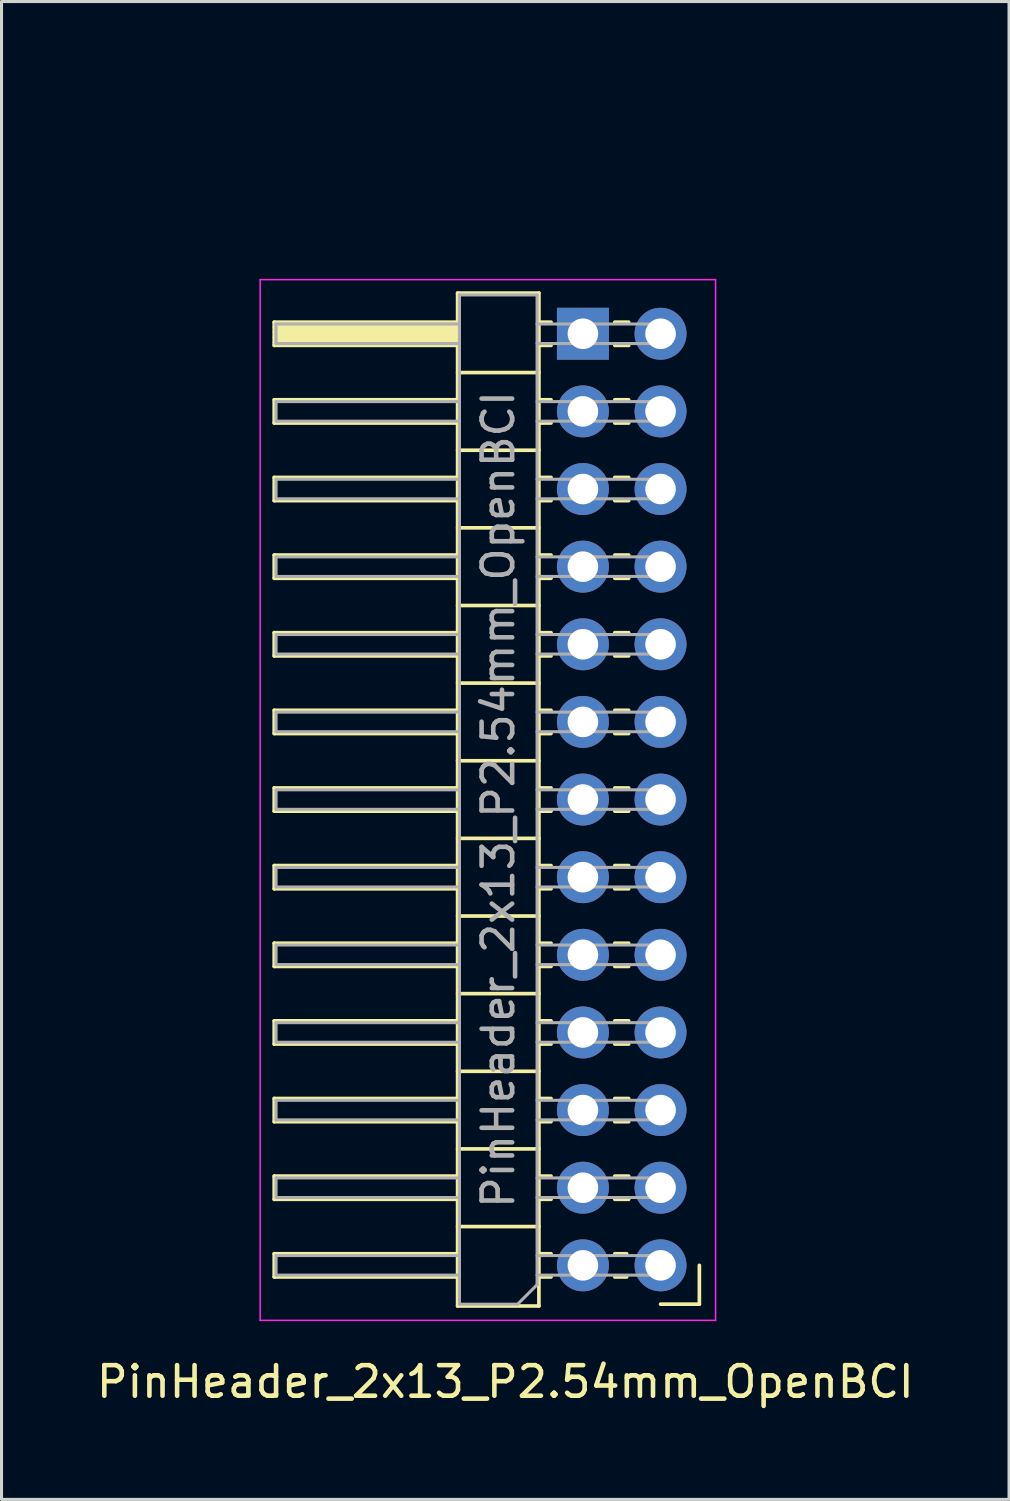
<source format=kicad_pcb>
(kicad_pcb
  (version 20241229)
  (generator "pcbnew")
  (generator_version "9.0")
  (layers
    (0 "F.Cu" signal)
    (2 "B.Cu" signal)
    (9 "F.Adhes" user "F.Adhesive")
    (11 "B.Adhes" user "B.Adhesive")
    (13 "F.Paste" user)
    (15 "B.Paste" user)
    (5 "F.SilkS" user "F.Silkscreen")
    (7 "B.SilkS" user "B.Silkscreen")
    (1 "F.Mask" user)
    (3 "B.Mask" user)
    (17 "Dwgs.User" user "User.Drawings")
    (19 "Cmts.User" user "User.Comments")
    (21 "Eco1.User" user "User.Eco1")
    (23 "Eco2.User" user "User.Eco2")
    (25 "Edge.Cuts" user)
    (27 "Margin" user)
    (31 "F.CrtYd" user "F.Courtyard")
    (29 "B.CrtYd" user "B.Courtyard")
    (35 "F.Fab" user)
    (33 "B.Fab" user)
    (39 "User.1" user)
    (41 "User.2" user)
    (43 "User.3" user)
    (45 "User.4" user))
  (footprint "PinHeader_2x13_P2.54mm_OpenBCI"
    (layer "F.Cu")
    (at 3.322 0.25)
    (property "Reference" "PinHeader_2x13_P2.54mm_OpenBCI" (at 10.16 41.91 0) (layer "F.SilkS") (effects (font (size 1 1) (thickness 0.15))))
    (attr through_hole)
    (fp_line (start 2.6 7.24) (end 8.6 7.24) (stroke (width 0.12) (type solid)) (layer "F.SilkS"))
    (fp_line (start 2.6 8) (end 2.6 7.24) (stroke (width 0.12) (type solid)) (layer "F.SilkS"))
    (fp_line (start 2.6 9.78) (end 8.6 9.78) (stroke (width 0.12) (type solid)) (layer "F.SilkS"))
    (fp_line (start 2.6 10.54) (end 2.6 9.78) (stroke (width 0.12) (type solid)) (layer "F.SilkS"))
    (fp_line (start 2.6 12.32) (end 8.6 12.32) (stroke (width 0.12) (type solid)) (layer "F.SilkS"))
    (fp_line (start 2.6 13.08) (end 2.6 12.32) (stroke (width 0.12) (type solid)) (layer "F.SilkS"))
    (fp_line (start 2.6 14.86) (end 8.6 14.86) (stroke (width 0.12) (type solid)) (layer "F.SilkS"))
    (fp_line (start 2.6 15.62) (end 2.6 14.86) (stroke (width 0.12) (type solid)) (layer "F.SilkS"))
    (fp_line (start 2.6 17.4) (end 8.6 17.4) (stroke (width 0.12) (type solid)) (layer "F.SilkS"))
    (fp_line (start 2.6 18.16) (end 2.6 17.4) (stroke (width 0.12) (type solid)) (layer "F.SilkS"))
    (fp_line (start 2.6 19.94) (end 8.6 19.94) (stroke (width 0.12) (type solid)) (layer "F.SilkS"))
    (fp_line (start 2.6 20.7) (end 2.6 19.94) (stroke (width 0.12) (type solid)) (layer "F.SilkS"))
    (fp_line (start 2.6 22.48) (end 8.6 22.48) (stroke (width 0.12) (type solid)) (layer "F.SilkS"))
    (fp_line (start 2.6 23.24) (end 2.6 22.48) (stroke (width 0.12) (type solid)) (layer "F.SilkS"))
    (fp_line (start 2.6 25.02) (end 8.6 25.02) (stroke (width 0.12) (type solid)) (layer "F.SilkS"))
    (fp_line (start 2.6 25.78) (end 2.6 25.02) (stroke (width 0.12) (type solid)) (layer "F.SilkS"))
    (fp_line (start 2.6 27.56) (end 8.6 27.56) (stroke (width 0.12) (type solid)) (layer "F.SilkS"))
    (fp_line (start 2.6 28.32) (end 2.6 27.56) (stroke (width 0.12) (type solid)) (layer "F.SilkS"))
    (fp_line (start 2.6 30.1) (end 8.6 30.1) (stroke (width 0.12) (type solid)) (layer "F.SilkS"))
    (fp_line (start 2.6 30.86) (end 2.6 30.1) (stroke (width 0.12) (type solid)) (layer "F.SilkS"))
    (fp_line (start 2.6 32.64) (end 8.6 32.64) (stroke (width 0.12) (type solid)) (layer "F.SilkS"))
    (fp_line (start 2.6 33.4) (end 2.6 32.64) (stroke (width 0.12) (type solid)) (layer "F.SilkS"))
    (fp_line (start 2.6 35.18) (end 8.6 35.18) (stroke (width 0.12) (type solid)) (layer "F.SilkS"))
    (fp_line (start 2.6 35.94) (end 2.6 35.18) (stroke (width 0.12) (type solid)) (layer "F.SilkS"))
    (fp_line (start 2.6 37.72) (end 8.6 37.72) (stroke (width 0.12) (type solid)) (layer "F.SilkS"))
    (fp_line (start 2.6 38.48) (end 2.6 37.72) (stroke (width 0.12) (type solid)) (layer "F.SilkS"))
    (fp_line (start 2.65 7.4) (end 8.54 7.4) (stroke (width 0.2) (type solid)) (layer "F.SilkS"))
    (fp_line (start 2.65 7.57) (end 8.54 7.57) (stroke (width 0.2) (type solid)) (layer "F.SilkS"))
    (fp_line (start 2.65 7.74) (end 8.54 7.74) (stroke (width 0.2) (type solid)) (layer "F.SilkS"))
    (fp_line (start 2.65 7.89) (end 8.54 7.89) (stroke (width 0.2) (type solid)) (layer "F.SilkS"))
    (fp_line (start 8.6 6.29) (end 8.6 39.43) (stroke (width 0.12) (type solid)) (layer "F.SilkS"))
    (fp_line (start 8.6 8) (end 2.6 8) (stroke (width 0.12) (type solid)) (layer "F.SilkS"))
    (fp_line (start 8.6 10.54) (end 2.6 10.54) (stroke (width 0.12) (type solid)) (layer "F.SilkS"))
    (fp_line (start 8.6 13.08) (end 2.6 13.08) (stroke (width 0.12) (type solid)) (layer "F.SilkS"))
    (fp_line (start 8.6 15.62) (end 2.6 15.62) (stroke (width 0.12) (type solid)) (layer "F.SilkS"))
    (fp_line (start 8.6 18.16) (end 2.6 18.16) (stroke (width 0.12) (type solid)) (layer "F.SilkS"))
    (fp_line (start 8.6 20.7) (end 2.6 20.7) (stroke (width 0.12) (type solid)) (layer "F.SilkS"))
    (fp_line (start 8.6 23.24) (end 2.6 23.24) (stroke (width 0.12) (type solid)) (layer "F.SilkS"))
    (fp_line (start 8.6 25.78) (end 2.6 25.78) (stroke (width 0.12) (type solid)) (layer "F.SilkS"))
    (fp_line (start 8.6 28.32) (end 2.6 28.32) (stroke (width 0.12) (type solid)) (layer "F.SilkS"))
    (fp_line (start 8.6 30.86) (end 2.6 30.86) (stroke (width 0.12) (type solid)) (layer "F.SilkS"))
    (fp_line (start 8.6 33.4) (end 2.6 33.4) (stroke (width 0.12) (type solid)) (layer "F.SilkS"))
    (fp_line (start 8.6 35.94) (end 2.6 35.94) (stroke (width 0.12) (type solid)) (layer "F.SilkS"))
    (fp_line (start 8.6 38.48) (end 2.6 38.48) (stroke (width 0.12) (type solid)) (layer "F.SilkS"))
    (fp_line (start 8.6 39.43) (end 11.26 39.43) (stroke (width 0.12) (type solid)) (layer "F.SilkS"))
    (fp_line (start 11.26 6.29) (end 8.6 6.29) (stroke (width 0.12) (type solid)) (layer "F.SilkS"))
    (fp_line (start 11.26 8.89) (end 8.6 8.89) (stroke (width 0.12) (type solid)) (layer "F.SilkS"))
    (fp_line (start 11.26 11.43) (end 8.6 11.43) (stroke (width 0.12) (type solid)) (layer "F.SilkS"))
    (fp_line (start 11.26 13.97) (end 8.6 13.97) (stroke (width 0.12) (type solid)) (layer "F.SilkS"))
    (fp_line (start 11.26 16.51) (end 8.6 16.51) (stroke (width 0.12) (type solid)) (layer "F.SilkS"))
    (fp_line (start 11.26 19.05) (end 8.6 19.05) (stroke (width 0.12) (type solid)) (layer "F.SilkS"))
    (fp_line (start 11.26 21.59) (end 8.6 21.59) (stroke (width 0.12) (type solid)) (layer "F.SilkS"))
    (fp_line (start 11.26 24.13) (end 8.6 24.13) (stroke (width 0.12) (type solid)) (layer "F.SilkS"))
    (fp_line (start 11.26 26.67) (end 8.6 26.67) (stroke (width 0.12) (type solid)) (layer "F.SilkS"))
    (fp_line (start 11.26 29.21) (end 8.6 29.21) (stroke (width 0.12) (type solid)) (layer "F.SilkS"))
    (fp_line (start 11.26 31.75) (end 8.6 31.75) (stroke (width 0.12) (type solid)) (layer "F.SilkS"))
    (fp_line (start 11.26 34.29) (end 8.6 34.29) (stroke (width 0.12) (type solid)) (layer "F.SilkS"))
    (fp_line (start 11.26 36.83) (end 8.6 36.83) (stroke (width 0.12) (type solid)) (layer "F.SilkS"))
    (fp_line (start 11.26 39.43) (end 11.26 6.29) (stroke (width 0.12) (type solid)) (layer "F.SilkS"))
    (fp_line (start 11.657 7.24) (end 11.26 7.24) (stroke (width 0.12) (type solid)) (layer "F.SilkS"))
    (fp_line (start 11.657 8) (end 11.26 8) (stroke (width 0.12) (type solid)) (layer "F.SilkS"))
    (fp_line (start 11.657 9.78) (end 11.26 9.78) (stroke (width 0.12) (type solid)) (layer "F.SilkS"))
    (fp_line (start 11.657 10.54) (end 11.26 10.54) (stroke (width 0.12) (type solid)) (layer "F.SilkS"))
    (fp_line (start 11.657 12.32) (end 11.26 12.32) (stroke (width 0.12) (type solid)) (layer "F.SilkS"))
    (fp_line (start 11.657 13.08) (end 11.26 13.08) (stroke (width 0.12) (type solid)) (layer "F.SilkS"))
    (fp_line (start 11.657 14.86) (end 11.26 14.86) (stroke (width 0.12) (type solid)) (layer "F.SilkS"))
    (fp_line (start 11.657 15.62) (end 11.26 15.62) (stroke (width 0.12) (type solid)) (layer "F.SilkS"))
    (fp_line (start 11.657 17.4) (end 11.26 17.4) (stroke (width 0.12) (type solid)) (layer "F.SilkS"))
    (fp_line (start 11.657 18.16) (end 11.26 18.16) (stroke (width 0.12) (type solid)) (layer "F.SilkS"))
    (fp_line (start 11.657 19.94) (end 11.26 19.94) (stroke (width 0.12) (type solid)) (layer "F.SilkS"))
    (fp_line (start 11.657 20.7) (end 11.26 20.7) (stroke (width 0.12) (type solid)) (layer "F.SilkS"))
    (fp_line (start 11.657 22.48) (end 11.26 22.48) (stroke (width 0.12) (type solid)) (layer "F.SilkS"))
    (fp_line (start 11.657 23.24) (end 11.26 23.24) (stroke (width 0.12) (type solid)) (layer "F.SilkS"))
    (fp_line (start 11.657 25.02) (end 11.26 25.02) (stroke (width 0.12) (type solid)) (layer "F.SilkS"))
    (fp_line (start 11.657 25.78) (end 11.26 25.78) (stroke (width 0.12) (type solid)) (layer "F.SilkS"))
    (fp_line (start 11.657 27.56) (end 11.26 27.56) (stroke (width 0.12) (type solid)) (layer "F.SilkS"))
    (fp_line (start 11.657 28.32) (end 11.26 28.32) (stroke (width 0.12) (type solid)) (layer "F.SilkS"))
    (fp_line (start 11.657 30.1) (end 11.26 30.1) (stroke (width 0.12) (type solid)) (layer "F.SilkS"))
    (fp_line (start 11.657 30.86) (end 11.26 30.86) (stroke (width 0.12) (type solid)) (layer "F.SilkS"))
    (fp_line (start 11.657 32.64) (end 11.26 32.64) (stroke (width 0.12) (type solid)) (layer "F.SilkS"))
    (fp_line (start 11.657 33.4) (end 11.26 33.4) (stroke (width 0.12) (type solid)) (layer "F.SilkS"))
    (fp_line (start 11.657 35.18) (end 11.26 35.18) (stroke (width 0.12) (type solid)) (layer "F.SilkS"))
    (fp_line (start 11.657 35.94) (end 11.26 35.94) (stroke (width 0.12) (type solid)) (layer "F.SilkS"))
    (fp_line (start 11.657 37.72) (end 11.26 37.72) (stroke (width 0.12) (type solid)) (layer "F.SilkS"))
    (fp_line (start 11.657 38.48) (end 11.26 38.48) (stroke (width 0.12) (type solid)) (layer "F.SilkS"))
    (fp_line (start 14.13 37.72) (end 13.743 37.72) (stroke (width 0.12) (type solid)) (layer "F.SilkS"))
    (fp_line (start 14.13 38.48) (end 13.743 38.48) (stroke (width 0.12) (type solid)) (layer "F.SilkS"))
    (fp_line (start 14.197 7.24) (end 13.743 7.24) (stroke (width 0.12) (type solid)) (layer "F.SilkS"))
    (fp_line (start 14.197 8) (end 13.743 8) (stroke (width 0.12) (type solid)) (layer "F.SilkS"))
    (fp_line (start 14.197 9.78) (end 13.743 9.78) (stroke (width 0.12) (type solid)) (layer "F.SilkS"))
    (fp_line (start 14.197 10.54) (end 13.743 10.54) (stroke (width 0.12) (type solid)) (layer "F.SilkS"))
    (fp_line (start 14.197 12.32) (end 13.743 12.32) (stroke (width 0.12) (type solid)) (layer "F.SilkS"))
    (fp_line (start 14.197 13.08) (end 13.743 13.08) (stroke (width 0.12) (type solid)) (layer "F.SilkS"))
    (fp_line (start 14.197 14.86) (end 13.743 14.86) (stroke (width 0.12) (type solid)) (layer "F.SilkS"))
    (fp_line (start 14.197 15.62) (end 13.743 15.62) (stroke (width 0.12) (type solid)) (layer "F.SilkS"))
    (fp_line (start 14.197 17.4) (end 13.743 17.4) (stroke (width 0.12) (type solid)) (layer "F.SilkS"))
    (fp_line (start 14.197 18.16) (end 13.743 18.16) (stroke (width 0.12) (type solid)) (layer "F.SilkS"))
    (fp_line (start 14.197 19.94) (end 13.743 19.94) (stroke (width 0.12) (type solid)) (layer "F.SilkS"))
    (fp_line (start 14.197 20.7) (end 13.743 20.7) (stroke (width 0.12) (type solid)) (layer "F.SilkS"))
    (fp_line (start 14.197 22.48) (end 13.743 22.48) (stroke (width 0.12) (type solid)) (layer "F.SilkS"))
    (fp_line (start 14.197 23.24) (end 13.743 23.24) (stroke (width 0.12) (type solid)) (layer "F.SilkS"))
    (fp_line (start 14.197 25.02) (end 13.743 25.02) (stroke (width 0.12) (type solid)) (layer "F.SilkS"))
    (fp_line (start 14.197 25.78) (end 13.743 25.78) (stroke (width 0.12) (type solid)) (layer "F.SilkS"))
    (fp_line (start 14.197 27.56) (end 13.743 27.56) (stroke (width 0.12) (type solid)) (layer "F.SilkS"))
    (fp_line (start 14.197 28.32) (end 13.743 28.32) (stroke (width 0.12) (type solid)) (layer "F.SilkS"))
    (fp_line (start 14.197 30.1) (end 13.743 30.1) (stroke (width 0.12) (type solid)) (layer "F.SilkS"))
    (fp_line (start 14.197 30.86) (end 13.743 30.86) (stroke (width 0.12) (type solid)) (layer "F.SilkS"))
    (fp_line (start 14.197 32.64) (end 13.743 32.64) (stroke (width 0.12) (type solid)) (layer "F.SilkS"))
    (fp_line (start 14.197 33.4) (end 13.743 33.4) (stroke (width 0.12) (type solid)) (layer "F.SilkS"))
    (fp_line (start 14.197 35.18) (end 13.743 35.18) (stroke (width 0.12) (type solid)) (layer "F.SilkS"))
    (fp_line (start 14.197 35.94) (end 13.743 35.94) (stroke (width 0.12) (type solid)) (layer "F.SilkS"))
    (fp_line (start 16.51 38.1) (end 16.51 39.37) (stroke (width 0.12) (type solid)) (layer "F.SilkS"))
    (fp_line (start 16.51 39.37) (end 15.24 39.37) (stroke (width 0.12) (type solid)) (layer "F.SilkS"))
    (fp_line (start 2.14 5.85) (end 2.14 39.9) (stroke (width 0.05) (type solid)) (layer "F.CrtYd"))
    (fp_line (start 2.14 39.9) (end 17.04 39.9) (stroke (width 0.05) (type solid)) (layer "F.CrtYd"))
    (fp_line (start 17.04 5.85) (end 2.14 5.85) (stroke (width 0.05) (type solid)) (layer "F.CrtYd"))
    (fp_line (start 17.04 39.9) (end 17.04 5.85) (stroke (width 0.05) (type solid)) (layer "F.CrtYd"))
    (fp_line (start 2.66 7.94) (end 2.66 7.3) (stroke (width 0.1) (type solid)) (layer "F.Fab"))
    (fp_line (start 2.66 10.48) (end 2.66 9.84) (stroke (width 0.1) (type solid)) (layer "F.Fab"))
    (fp_line (start 2.66 13.02) (end 2.66 12.38) (stroke (width 0.1) (type solid)) (layer "F.Fab"))
    (fp_line (start 2.66 15.56) (end 2.66 14.92) (stroke (width 0.1) (type solid)) (layer "F.Fab"))
    (fp_line (start 2.66 18.1) (end 2.66 17.46) (stroke (width 0.1) (type solid)) (layer "F.Fab"))
    (fp_line (start 2.66 20.64) (end 2.66 20) (stroke (width 0.1) (type solid)) (layer "F.Fab"))
    (fp_line (start 2.66 23.18) (end 2.66 22.54) (stroke (width 0.1) (type solid)) (layer "F.Fab"))
    (fp_line (start 2.66 25.72) (end 2.66 25.08) (stroke (width 0.1) (type solid)) (layer "F.Fab"))
    (fp_line (start 2.66 28.26) (end 2.66 27.62) (stroke (width 0.1) (type solid)) (layer "F.Fab"))
    (fp_line (start 2.66 30.8) (end 2.66 30.16) (stroke (width 0.1) (type solid)) (layer "F.Fab"))
    (fp_line (start 2.66 33.34) (end 2.66 32.7) (stroke (width 0.1) (type solid)) (layer "F.Fab"))
    (fp_line (start 2.66 35.88) (end 2.66 35.24) (stroke (width 0.1) (type solid)) (layer "F.Fab"))
    (fp_line (start 2.66 38.42) (end 2.66 37.78) (stroke (width 0.1) (type solid)) (layer "F.Fab"))
    (fp_line (start 8.66 6.35) (end 11.2 6.35) (stroke (width 0.1) (type solid)) (layer "F.Fab"))
    (fp_line (start 8.66 7.3) (end 2.66 7.3) (stroke (width 0.1) (type solid)) (layer "F.Fab"))
    (fp_line (start 8.66 7.94) (end 2.66 7.94) (stroke (width 0.1) (type solid)) (layer "F.Fab"))
    (fp_line (start 8.66 9.84) (end 2.66 9.84) (stroke (width 0.1) (type solid)) (layer "F.Fab"))
    (fp_line (start 8.66 10.48) (end 2.66 10.48) (stroke (width 0.1) (type solid)) (layer "F.Fab"))
    (fp_line (start 8.66 12.38) (end 2.66 12.38) (stroke (width 0.1) (type solid)) (layer "F.Fab"))
    (fp_line (start 8.66 13.02) (end 2.66 13.02) (stroke (width 0.1) (type solid)) (layer "F.Fab"))
    (fp_line (start 8.66 14.92) (end 2.66 14.92) (stroke (width 0.1) (type solid)) (layer "F.Fab"))
    (fp_line (start 8.66 15.56) (end 2.66 15.56) (stroke (width 0.1) (type solid)) (layer "F.Fab"))
    (fp_line (start 8.66 17.46) (end 2.66 17.46) (stroke (width 0.1) (type solid)) (layer "F.Fab"))
    (fp_line (start 8.66 18.1) (end 2.66 18.1) (stroke (width 0.1) (type solid)) (layer "F.Fab"))
    (fp_line (start 8.66 20) (end 2.66 20) (stroke (width 0.1) (type solid)) (layer "F.Fab"))
    (fp_line (start 8.66 20.64) (end 2.66 20.64) (stroke (width 0.1) (type solid)) (layer "F.Fab"))
    (fp_line (start 8.66 22.54) (end 2.66 22.54) (stroke (width 0.1) (type solid)) (layer "F.Fab"))
    (fp_line (start 8.66 23.18) (end 2.66 23.18) (stroke (width 0.1) (type solid)) (layer "F.Fab"))
    (fp_line (start 8.66 25.08) (end 2.66 25.08) (stroke (width 0.1) (type solid)) (layer "F.Fab"))
    (fp_line (start 8.66 25.72) (end 2.66 25.72) (stroke (width 0.1) (type solid)) (layer "F.Fab"))
    (fp_line (start 8.66 27.62) (end 2.66 27.62) (stroke (width 0.1) (type solid)) (layer "F.Fab"))
    (fp_line (start 8.66 28.26) (end 2.66 28.26) (stroke (width 0.1) (type solid)) (layer "F.Fab"))
    (fp_line (start 8.66 30.16) (end 2.66 30.16) (stroke (width 0.1) (type solid)) (layer "F.Fab"))
    (fp_line (start 8.66 30.8) (end 2.66 30.8) (stroke (width 0.1) (type solid)) (layer "F.Fab"))
    (fp_line (start 8.66 32.7) (end 2.66 32.7) (stroke (width 0.1) (type solid)) (layer "F.Fab"))
    (fp_line (start 8.66 33.34) (end 2.66 33.34) (stroke (width 0.1) (type solid)) (layer "F.Fab"))
    (fp_line (start 8.66 35.24) (end 2.66 35.24) (stroke (width 0.1) (type solid)) (layer "F.Fab"))
    (fp_line (start 8.66 35.88) (end 2.66 35.88) (stroke (width 0.1) (type solid)) (layer "F.Fab"))
    (fp_line (start 8.66 37.78) (end 2.66 37.78) (stroke (width 0.1) (type solid)) (layer "F.Fab"))
    (fp_line (start 8.66 38.42) (end 2.66 38.42) (stroke (width 0.1) (type solid)) (layer "F.Fab"))
    (fp_line (start 8.66 39.37) (end 8.66 6.35) (stroke (width 0.1) (type solid)) (layer "F.Fab"))
    (fp_line (start 10.565 39.37) (end 8.66 39.37) (stroke (width 0.1) (type solid)) (layer "F.Fab"))
    (fp_line (start 11.2 6.35) (end 11.2 38.735) (stroke (width 0.1) (type solid)) (layer "F.Fab"))
    (fp_line (start 11.2 38.735) (end 10.565 39.37) (stroke (width 0.1) (type solid)) (layer "F.Fab"))
    (fp_line (start 15.56 7.3) (end 11.2 7.3) (stroke (width 0.1) (type solid)) (layer "F.Fab"))
    (fp_line (start 15.56 7.94) (end 11.2 7.94) (stroke (width 0.1) (type solid)) (layer "F.Fab"))
    (fp_line (start 15.56 7.94) (end 15.56 7.3) (stroke (width 0.1) (type solid)) (layer "F.Fab"))
    (fp_line (start 15.56 9.84) (end 11.2 9.84) (stroke (width 0.1) (type solid)) (layer "F.Fab"))
    (fp_line (start 15.56 10.48) (end 11.2 10.48) (stroke (width 0.1) (type solid)) (layer "F.Fab"))
    (fp_line (start 15.56 10.48) (end 15.56 9.84) (stroke (width 0.1) (type solid)) (layer "F.Fab"))
    (fp_line (start 15.56 12.38) (end 11.2 12.38) (stroke (width 0.1) (type solid)) (layer "F.Fab"))
    (fp_line (start 15.56 13.02) (end 11.2 13.02) (stroke (width 0.1) (type solid)) (layer "F.Fab"))
    (fp_line (start 15.56 13.02) (end 15.56 12.38) (stroke (width 0.1) (type solid)) (layer "F.Fab"))
    (fp_line (start 15.56 14.92) (end 11.2 14.92) (stroke (width 0.1) (type solid)) (layer "F.Fab"))
    (fp_line (start 15.56 15.56) (end 11.2 15.56) (stroke (width 0.1) (type solid)) (layer "F.Fab"))
    (fp_line (start 15.56 15.56) (end 15.56 14.92) (stroke (width 0.1) (type solid)) (layer "F.Fab"))
    (fp_line (start 15.56 17.46) (end 11.2 17.46) (stroke (width 0.1) (type solid)) (layer "F.Fab"))
    (fp_line (start 15.56 18.1) (end 11.2 18.1) (stroke (width 0.1) (type solid)) (layer "F.Fab"))
    (fp_line (start 15.56 18.1) (end 15.56 17.46) (stroke (width 0.1) (type solid)) (layer "F.Fab"))
    (fp_line (start 15.56 20) (end 11.2 20) (stroke (width 0.1) (type solid)) (layer "F.Fab"))
    (fp_line (start 15.56 20.64) (end 11.2 20.64) (stroke (width 0.1) (type solid)) (layer "F.Fab"))
    (fp_line (start 15.56 20.64) (end 15.56 20) (stroke (width 0.1) (type solid)) (layer "F.Fab"))
    (fp_line (start 15.56 22.54) (end 11.2 22.54) (stroke (width 0.1) (type solid)) (layer "F.Fab"))
    (fp_line (start 15.56 23.18) (end 11.2 23.18) (stroke (width 0.1) (type solid)) (layer "F.Fab"))
    (fp_line (start 15.56 23.18) (end 15.56 22.54) (stroke (width 0.1) (type solid)) (layer "F.Fab"))
    (fp_line (start 15.56 25.08) (end 11.2 25.08) (stroke (width 0.1) (type solid)) (layer "F.Fab"))
    (fp_line (start 15.56 25.72) (end 11.2 25.72) (stroke (width 0.1) (type solid)) (layer "F.Fab"))
    (fp_line (start 15.56 25.72) (end 15.56 25.08) (stroke (width 0.1) (type solid)) (layer "F.Fab"))
    (fp_line (start 15.56 27.62) (end 11.2 27.62) (stroke (width 0.1) (type solid)) (layer "F.Fab"))
    (fp_line (start 15.56 28.26) (end 11.2 28.26) (stroke (width 0.1) (type solid)) (layer "F.Fab"))
    (fp_line (start 15.56 28.26) (end 15.56 27.62) (stroke (width 0.1) (type solid)) (layer "F.Fab"))
    (fp_line (start 15.56 30.16) (end 11.2 30.16) (stroke (width 0.1) (type solid)) (layer "F.Fab"))
    (fp_line (start 15.56 30.8) (end 11.2 30.8) (stroke (width 0.1) (type solid)) (layer "F.Fab"))
    (fp_line (start 15.56 30.8) (end 15.56 30.16) (stroke (width 0.1) (type solid)) (layer "F.Fab"))
    (fp_line (start 15.56 32.7) (end 11.2 32.7) (stroke (width 0.1) (type solid)) (layer "F.Fab"))
    (fp_line (start 15.56 33.34) (end 11.2 33.34) (stroke (width 0.1) (type solid)) (layer "F.Fab"))
    (fp_line (start 15.56 33.34) (end 15.56 32.7) (stroke (width 0.1) (type solid)) (layer "F.Fab"))
    (fp_line (start 15.56 35.24) (end 11.2 35.24) (stroke (width 0.1) (type solid)) (layer "F.Fab"))
    (fp_line (start 15.56 35.88) (end 11.2 35.88) (stroke (width 0.1) (type solid)) (layer "F.Fab"))
    (fp_line (start 15.56 35.88) (end 15.56 35.24) (stroke (width 0.1) (type solid)) (layer "F.Fab"))
    (fp_line (start 15.56 37.78) (end 11.2 37.78) (stroke (width 0.1) (type solid)) (layer "F.Fab"))
    (fp_line (start 15.56 38.42) (end 11.2 38.42) (stroke (width 0.1) (type solid)) (layer "F.Fab"))
    (fp_line (start 15.56 38.42) (end 15.56 37.78) (stroke (width 0.1) (type solid)) (layer "F.Fab"))
    (fp_text user "${REFERENCE}" (at 9.93 22.86 270) (layer "F.Fab") (effects (font (size 1 1) (thickness 0.15))))
    (pad "1" thru_hole rect (at 12.7 7.62 180) (size 1.7 1.7) (drill 1) (layers "*.Cu" "*.Mask"))
    (pad "2" thru_hole oval (at 15.24 7.62 180) (size 1.7 1.7) (drill 1) (layers "*.Cu" "*.Mask"))
    (pad "3" thru_hole oval (at 12.7 10.16 180) (size 1.7 1.7) (drill 1) (layers "*.Cu" "*.Mask"))
    (pad "4" thru_hole oval (at 15.24 10.16 180) (size 1.7 1.7) (drill 1) (layers "*.Cu" "*.Mask"))
    (pad "5" thru_hole oval (at 12.7 12.7 180) (size 1.7 1.7) (drill 1) (layers "*.Cu" "*.Mask"))
    (pad "6" thru_hole oval (at 15.24 12.7 180) (size 1.7 1.7) (drill 1) (layers "*.Cu" "*.Mask"))
    (pad "7" thru_hole oval (at 12.7 15.24 180) (size 1.7 1.7) (drill 1) (layers "*.Cu" "*.Mask"))
    (pad "8" thru_hole oval (at 15.24 15.24 180) (size 1.7 1.7) (drill 1) (layers "*.Cu" "*.Mask"))
    (pad "9" thru_hole oval (at 12.7 17.78 180) (size 1.7 1.7) (drill 1) (layers "*.Cu" "*.Mask"))
    (pad "10" thru_hole oval (at 15.24 17.78 180) (size 1.7 1.7) (drill 1) (layers "*.Cu" "*.Mask"))
    (pad "11" thru_hole oval (at 12.7 20.32 180) (size 1.7 1.7) (drill 1) (layers "*.Cu" "*.Mask"))
    (pad "12" thru_hole oval (at 15.24 20.32 180) (size 1.7 1.7) (drill 1) (layers "*.Cu" "*.Mask"))
    (pad "13" thru_hole oval (at 12.7 22.86 180) (size 1.7 1.7) (drill 1) (layers "*.Cu" "*.Mask"))
    (pad "14" thru_hole oval (at 15.24 22.86 180) (size 1.7 1.7) (drill 1) (layers "*.Cu" "*.Mask"))
    (pad "15" thru_hole oval (at 12.7 25.4 180) (size 1.7 1.7) (drill 1) (layers "*.Cu" "*.Mask"))
    (pad "16" thru_hole oval (at 15.24 25.4 180) (size 1.7 1.7) (drill 1) (layers "*.Cu" "*.Mask"))
    (pad "17" thru_hole oval (at 12.7 27.94 180) (size 1.7 1.7) (drill 1) (layers "*.Cu" "*.Mask"))
    (pad "18" thru_hole oval (at 15.24 27.94 180) (size 1.7 1.7) (drill 1) (layers "*.Cu" "*.Mask"))
    (pad "19" thru_hole oval (at 12.7 30.48 180) (size 1.7 1.7) (drill 1) (layers "*.Cu" "*.Mask"))
    (pad "20" thru_hole oval (at 15.24 30.48 180) (size 1.7 1.7) (drill 1) (layers "*.Cu" "*.Mask"))
    (pad "21" thru_hole oval (at 12.7 33.02 180) (size 1.7 1.7) (drill 1) (layers "*.Cu" "*.Mask"))
    (pad "22" thru_hole oval (at 15.24 33.02 180) (size 1.7 1.7) (drill 1) (layers "*.Cu" "*.Mask"))
    (pad "23" thru_hole oval (at 12.7 35.56 180) (size 1.7 1.7) (drill 1) (layers "*.Cu" "*.Mask"))
    (pad "24" thru_hole oval (at 15.24 35.56 180) (size 1.7 1.7) (drill 1) (layers "*.Cu" "*.Mask"))
    (pad "25" thru_hole oval (at 12.7 38.1 180) (size 1.7 1.7) (drill 1) (layers "*.Cu" "*.Mask"))
    (pad "26" thru_hole oval (at 15.24 38.1 180) (size 1.7 1.7) (drill 1) (layers "*.Cu" "*.Mask")))
  (gr_rect
    (start -3 -3)
    (end 29.964 46.008)
    (stroke (width 0.1) (type default))
    (fill no)
    (layer "Edge.Cuts")))
</source>
